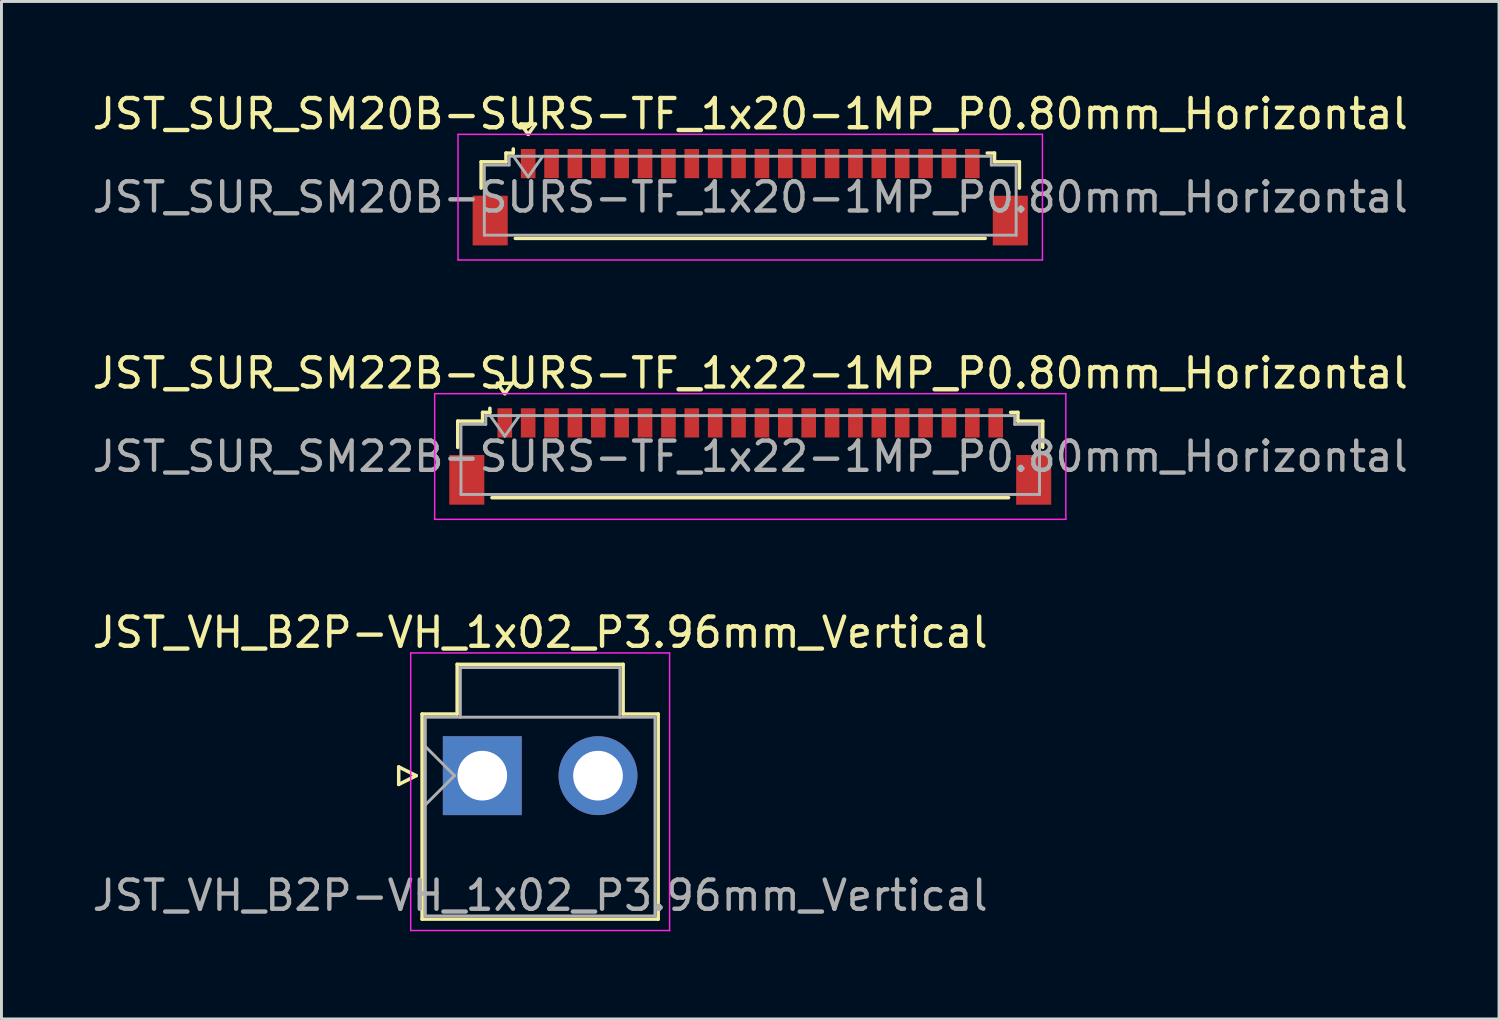
<source format=kicad_pcb>
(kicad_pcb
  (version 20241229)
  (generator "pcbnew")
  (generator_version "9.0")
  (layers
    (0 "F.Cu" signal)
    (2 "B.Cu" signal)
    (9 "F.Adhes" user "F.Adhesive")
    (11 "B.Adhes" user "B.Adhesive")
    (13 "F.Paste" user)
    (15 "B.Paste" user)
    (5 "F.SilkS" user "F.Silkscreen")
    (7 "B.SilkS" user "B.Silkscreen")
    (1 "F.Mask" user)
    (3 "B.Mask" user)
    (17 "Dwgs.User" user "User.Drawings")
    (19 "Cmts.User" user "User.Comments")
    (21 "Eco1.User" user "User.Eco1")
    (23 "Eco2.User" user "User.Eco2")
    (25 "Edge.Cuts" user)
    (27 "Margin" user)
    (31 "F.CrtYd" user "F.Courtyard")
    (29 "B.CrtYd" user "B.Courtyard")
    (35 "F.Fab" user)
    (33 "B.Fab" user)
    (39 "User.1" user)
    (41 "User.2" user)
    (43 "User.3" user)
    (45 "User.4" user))
  (footprint "JST_SUR_SM20B-SURS-TF_1x20-1MP_P0.80mm_Horizontal"
    (layer "F.Cu")
    (at 22.625 3.698)
    (property "Reference" "JST_SUR_SM20B-SURS-TF_1x20-1MP_P0.80mm_Horizontal" (at 0 -2.85 0) (layer "F.SilkS") (effects (font (size 1 1) (thickness 0.15))))
    (attr smd)
    (fp_line (start -9.21 -1.21) (end -8.36 -1.21) (stroke (width 0.12) (type solid)) (layer "F.SilkS"))
    (fp_line (start -9.21 -0.31) (end -9.21 -1.21) (stroke (width 0.12) (type solid)) (layer "F.SilkS"))
    (fp_line (start -8.36 -1.51) (end -8.11 -1.51) (stroke (width 0.12) (type solid)) (layer "F.SilkS"))
    (fp_line (start -8.36 -1.21) (end -8.36 -1.51) (stroke (width 0.12) (type solid)) (layer "F.SilkS"))
    (fp_line (start -8.11 -1.51) (end -8.11 -1.65) (stroke (width 0.12) (type solid)) (layer "F.SilkS"))
    (fp_line (start -8.04 1.41) (end 8.04 1.41) (stroke (width 0.12) (type solid)) (layer "F.SilkS"))
    (fp_line (start -7.85 -2.504) (end -7.6 -2.15) (stroke (width 0.12) (type solid)) (layer "F.SilkS"))
    (fp_line (start -7.6 -2.15) (end -7.35 -2.504) (stroke (width 0.12) (type solid)) (layer "F.SilkS"))
    (fp_line (start -7.35 -2.504) (end -7.85 -2.504) (stroke (width 0.12) (type solid)) (layer "F.SilkS"))
    (fp_line (start 8.36 -1.51) (end 8.11 -1.51) (stroke (width 0.12) (type solid)) (layer "F.SilkS"))
    (fp_line (start 8.36 -1.21) (end 8.36 -1.51) (stroke (width 0.12) (type solid)) (layer "F.SilkS"))
    (fp_line (start 9.21 -1.21) (end 8.36 -1.21) (stroke (width 0.12) (type solid)) (layer "F.SilkS"))
    (fp_line (start 9.21 -0.31) (end 9.21 -1.21) (stroke (width 0.12) (type solid)) (layer "F.SilkS"))
    (fp_line (start -10 -2.15) (end -10 2.15) (stroke (width 0.05) (type solid)) (layer "F.CrtYd"))
    (fp_line (start -10 2.15) (end 10 2.15) (stroke (width 0.05) (type solid)) (layer "F.CrtYd"))
    (fp_line (start 10 -2.15) (end -10 -2.15) (stroke (width 0.05) (type solid)) (layer "F.CrtYd"))
    (fp_line (start 10 2.15) (end 10 -2.15) (stroke (width 0.05) (type solid)) (layer "F.CrtYd"))
    (fp_line (start -9.1 -1.1) (end -9.1 1.3) (stroke (width 0.1) (type solid)) (layer "F.Fab"))
    (fp_line (start -9.1 -1.1) (end -8.25 -1.1) (stroke (width 0.1) (type solid)) (layer "F.Fab"))
    (fp_line (start -9.1 1.3) (end 9.1 1.3) (stroke (width 0.1) (type solid)) (layer "F.Fab"))
    (fp_line (start -8.25 -1.4) (end 8.25 -1.4) (stroke (width 0.1) (type solid)) (layer "F.Fab"))
    (fp_line (start -8.25 -1.1) (end -8.25 -1.4) (stroke (width 0.1) (type solid)) (layer "F.Fab"))
    (fp_line (start -8.1 -1.4) (end -7.6 -0.693) (stroke (width 0.1) (type solid)) (layer "F.Fab"))
    (fp_line (start -7.6 -0.693) (end -7.1 -1.4) (stroke (width 0.1) (type solid)) (layer "F.Fab"))
    (fp_line (start 8.25 -1.4) (end 8.25 -1.1) (stroke (width 0.1) (type solid)) (layer "F.Fab"))
    (fp_line (start 8.25 -1.1) (end 9.1 -1.1) (stroke (width 0.1) (type solid)) (layer "F.Fab"))
    (fp_line (start 9.1 -1.1) (end 9.1 1.3) (stroke (width 0.1) (type solid)) (layer "F.Fab"))
    (fp_text user "${REFERENCE}" (at 0 0 0) (layer "F.Fab") (effects (font (size 1 1) (thickness 0.15))))
    (pad "1" smd rect (at -7.6 -1.15) (size 0.5 1) (layers "F.Cu" "F.Mask" "F.Paste"))
    (pad "2" smd rect (at -6.8 -1.15) (size 0.5 1) (layers "F.Cu" "F.Mask" "F.Paste"))
    (pad "3" smd rect (at -6 -1.15) (size 0.5 1) (layers "F.Cu" "F.Mask" "F.Paste"))
    (pad "4" smd rect (at -5.2 -1.15) (size 0.5 1) (layers "F.Cu" "F.Mask" "F.Paste"))
    (pad "5" smd rect (at -4.4 -1.15) (size 0.5 1) (layers "F.Cu" "F.Mask" "F.Paste"))
    (pad "6" smd rect (at -3.6 -1.15) (size 0.5 1) (layers "F.Cu" "F.Mask" "F.Paste"))
    (pad "7" smd rect (at -2.8 -1.15) (size 0.5 1) (layers "F.Cu" "F.Mask" "F.Paste"))
    (pad "8" smd rect (at -2 -1.15) (size 0.5 1) (layers "F.Cu" "F.Mask" "F.Paste"))
    (pad "9" smd rect (at -1.2 -1.15) (size 0.5 1) (layers "F.Cu" "F.Mask" "F.Paste"))
    (pad "10" smd rect (at -0.4 -1.15) (size 0.5 1) (layers "F.Cu" "F.Mask" "F.Paste"))
    (pad "11" smd rect (at 0.4 -1.15) (size 0.5 1) (layers "F.Cu" "F.Mask" "F.Paste"))
    (pad "12" smd rect (at 1.2 -1.15) (size 0.5 1) (layers "F.Cu" "F.Mask" "F.Paste"))
    (pad "13" smd rect (at 2 -1.15) (size 0.5 1) (layers "F.Cu" "F.Mask" "F.Paste"))
    (pad "14" smd rect (at 2.8 -1.15) (size 0.5 1) (layers "F.Cu" "F.Mask" "F.Paste"))
    (pad "15" smd rect (at 3.6 -1.15) (size 0.5 1) (layers "F.Cu" "F.Mask" "F.Paste"))
    (pad "16" smd rect (at 4.4 -1.15) (size 0.5 1) (layers "F.Cu" "F.Mask" "F.Paste"))
    (pad "17" smd rect (at 5.2 -1.15) (size 0.5 1) (layers "F.Cu" "F.Mask" "F.Paste"))
    (pad "18" smd rect (at 6 -1.15) (size 0.5 1) (layers "F.Cu" "F.Mask" "F.Paste"))
    (pad "19" smd rect (at 6.8 -1.15) (size 0.5 1) (layers "F.Cu" "F.Mask" "F.Paste"))
    (pad "20" smd rect (at 7.6 -1.15) (size 0.5 1) (layers "F.Cu" "F.Mask" "F.Paste"))
    (pad "MP" smd rect (at -8.9 0.8) (size 1.2 1.7) (layers "F.Cu" "F.Mask" "F.Paste"))
    (pad "MP" smd rect (at 8.9 0.8) (size 1.2 1.7) (layers "F.Cu" "F.Mask" "F.Paste")))
  (footprint "JST_VH_B2P-VH_1x02_P3.96mm_Vertical"
    (layer "F.Cu")
    (at 13.455 23.495)
    (property "Reference" "JST_VH_B2P-VH_1x02_P3.96mm_Vertical" (at 1.98 -4.9 0) (layer "F.SilkS") (effects (font (size 1 1) (thickness 0.15))))
    (attr through_hole)
    (fp_line (start -2.86 -0.3) (end -2.26 0) (stroke (width 0.12) (type solid)) (layer "F.SilkS"))
    (fp_line (start -2.86 0.3) (end -2.86 -0.3) (stroke (width 0.12) (type solid)) (layer "F.SilkS"))
    (fp_line (start -2.26 0) (end -2.86 0.3) (stroke (width 0.12) (type solid)) (layer "F.SilkS"))
    (fp_line (start -2.06 -2.11) (end -0.86 -2.11) (stroke (width 0.12) (type solid)) (layer "F.SilkS"))
    (fp_line (start -2.06 4.91) (end -2.06 -2.11) (stroke (width 0.12) (type solid)) (layer "F.SilkS"))
    (fp_line (start -0.86 -3.81) (end 4.82 -3.81) (stroke (width 0.12) (type solid)) (layer "F.SilkS"))
    (fp_line (start -0.86 -2.11) (end -0.86 -3.81) (stroke (width 0.12) (type solid)) (layer "F.SilkS"))
    (fp_line (start 4.82 -3.81) (end 4.82 -2.11) (stroke (width 0.12) (type solid)) (layer "F.SilkS"))
    (fp_line (start 4.82 -2.11) (end 6.02 -2.11) (stroke (width 0.12) (type solid)) (layer "F.SilkS"))
    (fp_line (start 6.02 -2.11) (end 6.02 4.91) (stroke (width 0.12) (type solid)) (layer "F.SilkS"))
    (fp_line (start 6.02 4.91) (end -2.06 4.91) (stroke (width 0.12) (type solid)) (layer "F.SilkS"))
    (fp_line (start -2.45 -4.2) (end -2.45 5.3) (stroke (width 0.05) (type solid)) (layer "F.CrtYd"))
    (fp_line (start -2.45 5.3) (end 6.41 5.3) (stroke (width 0.05) (type solid)) (layer "F.CrtYd"))
    (fp_line (start 6.41 -4.2) (end -2.45 -4.2) (stroke (width 0.05) (type solid)) (layer "F.CrtYd"))
    (fp_line (start 6.41 5.3) (end 6.41 -4.2) (stroke (width 0.05) (type solid)) (layer "F.CrtYd"))
    (fp_line (start -1.95 -2) (end -1.95 4.8) (stroke (width 0.1) (type solid)) (layer "F.Fab"))
    (fp_line (start -1.95 -1) (end -0.95 0) (stroke (width 0.1) (type solid)) (layer "F.Fab"))
    (fp_line (start -1.95 1) (end -0.95 0) (stroke (width 0.1) (type solid)) (layer "F.Fab"))
    (fp_line (start -1.95 4.8) (end 5.91 4.8) (stroke (width 0.1) (type solid)) (layer "F.Fab"))
    (fp_line (start -0.75 -3.7) (end 4.71 -3.7) (stroke (width 0.1) (type solid)) (layer "F.Fab"))
    (fp_line (start -0.75 -2) (end -0.75 -3.7) (stroke (width 0.1) (type solid)) (layer "F.Fab"))
    (fp_line (start 4.71 -3.7) (end 4.71 -2) (stroke (width 0.1) (type solid)) (layer "F.Fab"))
    (fp_line (start 5.91 -2) (end -1.95 -2) (stroke (width 0.1) (type solid)) (layer "F.Fab"))
    (fp_line (start 5.91 4.8) (end 5.91 -2) (stroke (width 0.1) (type solid)) (layer "F.Fab"))
    (fp_text user "${REFERENCE}" (at 1.98 4.1 0) (layer "F.Fab") (effects (font (size 1 1) (thickness 0.15))))
    (pad "1" thru_hole rect (at 0 0) (size 2.7 2.7) (drill 1.7) (layers "*.Cu" "*.Mask"))
    (pad "2" thru_hole circle (at 3.96 0) (size 2.7 2.7) (drill 1.7) (layers "*.Cu" "*.Mask")))
  (footprint "JST_SUR_SM22B-SURS-TF_1x22-1MP_P0.80mm_Horizontal"
    (layer "F.Cu")
    (at 22.625 12.572)
    (property "Reference" "JST_SUR_SM22B-SURS-TF_1x22-1MP_P0.80mm_Horizontal" (at 0 -2.85 0) (layer "F.SilkS") (effects (font (size 1 1) (thickness 0.15))))
    (attr smd)
    (fp_line (start -10.01 -1.21) (end -9.16 -1.21) (stroke (width 0.12) (type solid)) (layer "F.SilkS"))
    (fp_line (start -10.01 -0.31) (end -10.01 -1.21) (stroke (width 0.12) (type solid)) (layer "F.SilkS"))
    (fp_line (start -9.16 -1.51) (end -8.91 -1.51) (stroke (width 0.12) (type solid)) (layer "F.SilkS"))
    (fp_line (start -9.16 -1.21) (end -9.16 -1.51) (stroke (width 0.12) (type solid)) (layer "F.SilkS"))
    (fp_line (start -8.91 -1.51) (end -8.91 -1.65) (stroke (width 0.12) (type solid)) (layer "F.SilkS"))
    (fp_line (start -8.84 1.41) (end 8.84 1.41) (stroke (width 0.12) (type solid)) (layer "F.SilkS"))
    (fp_line (start -8.65 -2.504) (end -8.4 -2.15) (stroke (width 0.12) (type solid)) (layer "F.SilkS"))
    (fp_line (start -8.4 -2.15) (end -8.15 -2.504) (stroke (width 0.12) (type solid)) (layer "F.SilkS"))
    (fp_line (start -8.15 -2.504) (end -8.65 -2.504) (stroke (width 0.12) (type solid)) (layer "F.SilkS"))
    (fp_line (start 9.16 -1.51) (end 8.91 -1.51) (stroke (width 0.12) (type solid)) (layer "F.SilkS"))
    (fp_line (start 9.16 -1.21) (end 9.16 -1.51) (stroke (width 0.12) (type solid)) (layer "F.SilkS"))
    (fp_line (start 10.01 -1.21) (end 9.16 -1.21) (stroke (width 0.12) (type solid)) (layer "F.SilkS"))
    (fp_line (start 10.01 -0.31) (end 10.01 -1.21) (stroke (width 0.12) (type solid)) (layer "F.SilkS"))
    (fp_line (start -10.8 -2.15) (end -10.8 2.15) (stroke (width 0.05) (type solid)) (layer "F.CrtYd"))
    (fp_line (start -10.8 2.15) (end 10.8 2.15) (stroke (width 0.05) (type solid)) (layer "F.CrtYd"))
    (fp_line (start 10.8 -2.15) (end -10.8 -2.15) (stroke (width 0.05) (type solid)) (layer "F.CrtYd"))
    (fp_line (start 10.8 2.15) (end 10.8 -2.15) (stroke (width 0.05) (type solid)) (layer "F.CrtYd"))
    (fp_line (start -9.9 -1.1) (end -9.9 1.3) (stroke (width 0.1) (type solid)) (layer "F.Fab"))
    (fp_line (start -9.9 -1.1) (end -9.05 -1.1) (stroke (width 0.1) (type solid)) (layer "F.Fab"))
    (fp_line (start -9.9 1.3) (end 9.9 1.3) (stroke (width 0.1) (type solid)) (layer "F.Fab"))
    (fp_line (start -9.05 -1.4) (end 9.05 -1.4) (stroke (width 0.1) (type solid)) (layer "F.Fab"))
    (fp_line (start -9.05 -1.1) (end -9.05 -1.4) (stroke (width 0.1) (type solid)) (layer "F.Fab"))
    (fp_line (start -8.9 -1.4) (end -8.4 -0.693) (stroke (width 0.1) (type solid)) (layer "F.Fab"))
    (fp_line (start -8.4 -0.693) (end -7.9 -1.4) (stroke (width 0.1) (type solid)) (layer "F.Fab"))
    (fp_line (start 9.05 -1.4) (end 9.05 -1.1) (stroke (width 0.1) (type solid)) (layer "F.Fab"))
    (fp_line (start 9.05 -1.1) (end 9.9 -1.1) (stroke (width 0.1) (type solid)) (layer "F.Fab"))
    (fp_line (start 9.9 -1.1) (end 9.9 1.3) (stroke (width 0.1) (type solid)) (layer "F.Fab"))
    (fp_text user "${REFERENCE}" (at 0 0 0) (layer "F.Fab") (effects (font (size 1 1) (thickness 0.15))))
    (pad "1" smd rect (at -8.4 -1.15) (size 0.5 1) (layers "F.Cu" "F.Mask" "F.Paste"))
    (pad "2" smd rect (at -7.6 -1.15) (size 0.5 1) (layers "F.Cu" "F.Mask" "F.Paste"))
    (pad "3" smd rect (at -6.8 -1.15) (size 0.5 1) (layers "F.Cu" "F.Mask" "F.Paste"))
    (pad "4" smd rect (at -6 -1.15) (size 0.5 1) (layers "F.Cu" "F.Mask" "F.Paste"))
    (pad "5" smd rect (at -5.2 -1.15) (size 0.5 1) (layers "F.Cu" "F.Mask" "F.Paste"))
    (pad "6" smd rect (at -4.4 -1.15) (size 0.5 1) (layers "F.Cu" "F.Mask" "F.Paste"))
    (pad "7" smd rect (at -3.6 -1.15) (size 0.5 1) (layers "F.Cu" "F.Mask" "F.Paste"))
    (pad "8" smd rect (at -2.8 -1.15) (size 0.5 1) (layers "F.Cu" "F.Mask" "F.Paste"))
    (pad "9" smd rect (at -2 -1.15) (size 0.5 1) (layers "F.Cu" "F.Mask" "F.Paste"))
    (pad "10" smd rect (at -1.2 -1.15) (size 0.5 1) (layers "F.Cu" "F.Mask" "F.Paste"))
    (pad "11" smd rect (at -0.4 -1.15) (size 0.5 1) (layers "F.Cu" "F.Mask" "F.Paste"))
    (pad "12" smd rect (at 0.4 -1.15) (size 0.5 1) (layers "F.Cu" "F.Mask" "F.Paste"))
    (pad "13" smd rect (at 1.2 -1.15) (size 0.5 1) (layers "F.Cu" "F.Mask" "F.Paste"))
    (pad "14" smd rect (at 2 -1.15) (size 0.5 1) (layers "F.Cu" "F.Mask" "F.Paste"))
    (pad "15" smd rect (at 2.8 -1.15) (size 0.5 1) (layers "F.Cu" "F.Mask" "F.Paste"))
    (pad "16" smd rect (at 3.6 -1.15) (size 0.5 1) (layers "F.Cu" "F.Mask" "F.Paste"))
    (pad "17" smd rect (at 4.4 -1.15) (size 0.5 1) (layers "F.Cu" "F.Mask" "F.Paste"))
    (pad "18" smd rect (at 5.2 -1.15) (size 0.5 1) (layers "F.Cu" "F.Mask" "F.Paste"))
    (pad "19" smd rect (at 6 -1.15) (size 0.5 1) (layers "F.Cu" "F.Mask" "F.Paste"))
    (pad "20" smd rect (at 6.8 -1.15) (size 0.5 1) (layers "F.Cu" "F.Mask" "F.Paste"))
    (pad "21" smd rect (at 7.6 -1.15) (size 0.5 1) (layers "F.Cu" "F.Mask" "F.Paste"))
    (pad "22" smd rect (at 8.4 -1.15) (size 0.5 1) (layers "F.Cu" "F.Mask" "F.Paste"))
    (pad "MP" smd rect (at -9.7 0.8) (size 1.2 1.7) (layers "F.Cu" "F.Mask" "F.Paste"))
    (pad "MP" smd rect (at 9.7 0.8) (size 1.2 1.7) (layers "F.Cu" "F.Mask" "F.Paste")))
  (gr_rect
    (start -3 -3)
    (end 48.25 31.82)
    (stroke (width 0.1) (type default))
    (fill no)
    (layer "Edge.Cuts")))
</source>
